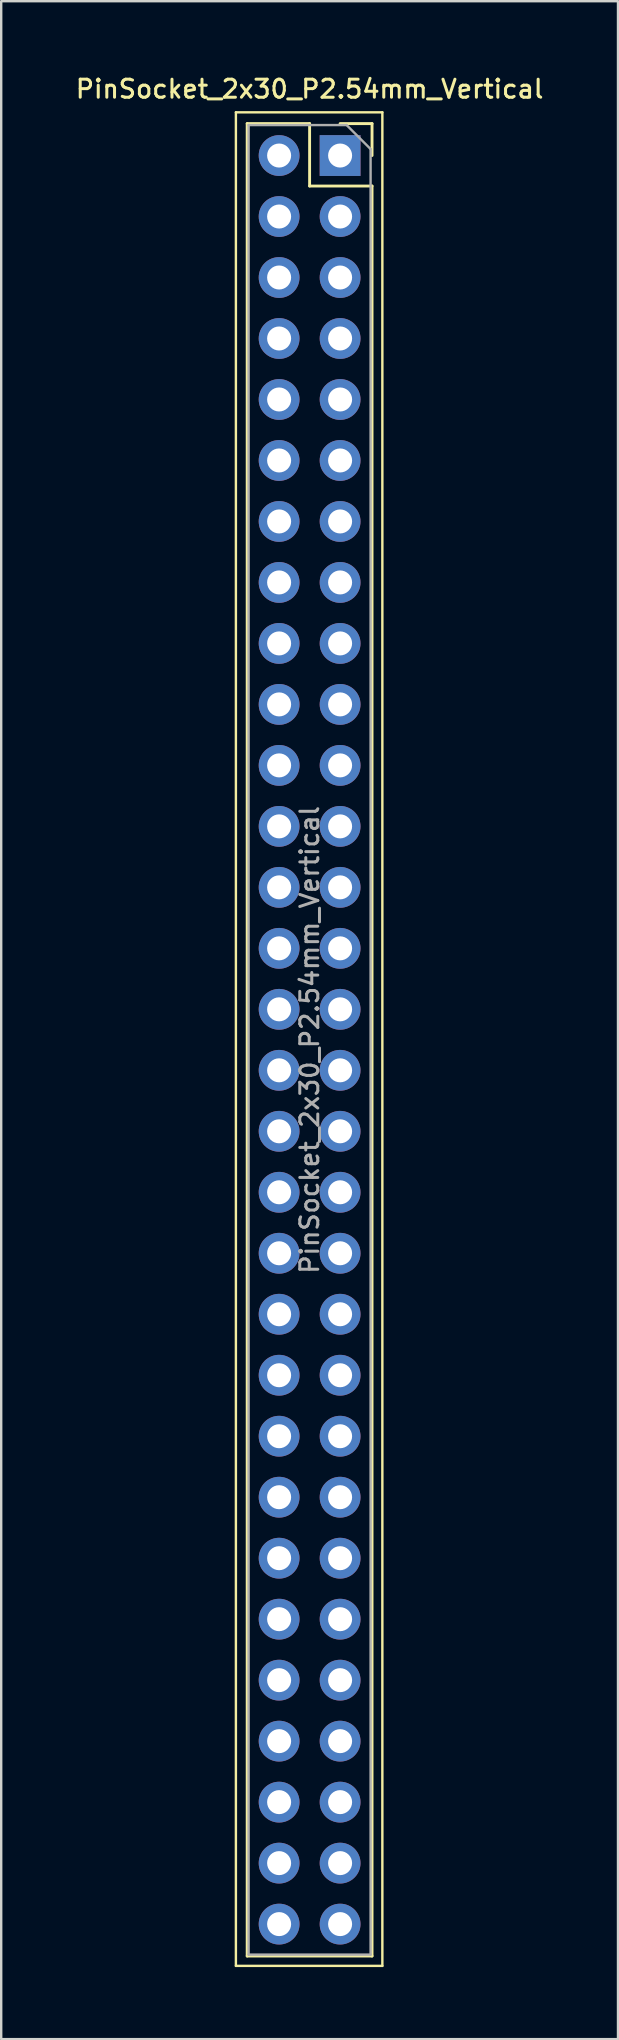
<source format=kicad_pcb>
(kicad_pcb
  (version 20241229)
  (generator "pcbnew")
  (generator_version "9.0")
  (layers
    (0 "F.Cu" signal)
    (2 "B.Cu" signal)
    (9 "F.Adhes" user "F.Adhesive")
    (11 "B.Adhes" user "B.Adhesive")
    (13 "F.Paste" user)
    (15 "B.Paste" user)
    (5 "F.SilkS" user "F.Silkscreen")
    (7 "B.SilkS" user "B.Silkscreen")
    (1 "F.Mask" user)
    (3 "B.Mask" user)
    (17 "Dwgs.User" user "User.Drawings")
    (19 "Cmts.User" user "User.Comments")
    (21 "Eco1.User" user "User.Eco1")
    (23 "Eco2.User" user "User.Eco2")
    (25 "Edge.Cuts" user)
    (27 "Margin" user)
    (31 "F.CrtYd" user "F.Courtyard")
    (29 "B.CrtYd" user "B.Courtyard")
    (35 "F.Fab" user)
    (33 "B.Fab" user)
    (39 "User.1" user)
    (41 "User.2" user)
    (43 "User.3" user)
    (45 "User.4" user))
  (footprint "PinSocket_2x30_P2.54mm_Vertical"
    (layer "F.Cu")
    (at 11.115 3.428)
    (property "Reference" "PinSocket_2x30_P2.54mm_Vertical" (at -1.27 -2.77 0) (layer "F.SilkS") (effects (font (size 0.75 0.75) (thickness 0.125))))
    (attr through_hole)
    (fp_line (start -4.34 -1.8) (end 1.76 -1.8) (stroke (width 0.1) (type solid)) (layer "F.SilkS"))
    (fp_line (start -4.34 75.4) (end -4.34 -1.8) (stroke (width 0.1) (type solid)) (layer "F.SilkS"))
    (fp_line (start -3.87 -1.33) (end -3.87 74.99) (stroke (width 0.12) (type solid)) (layer "F.SilkS"))
    (fp_line (start -3.87 -1.33) (end -1.27 -1.33) (stroke (width 0.12) (type solid)) (layer "F.SilkS"))
    (fp_line (start -3.87 74.99) (end 1.33 74.99) (stroke (width 0.12) (type solid)) (layer "F.SilkS"))
    (fp_line (start -1.27 -1.33) (end -1.27 1.27) (stroke (width 0.12) (type solid)) (layer "F.SilkS"))
    (fp_line (start -1.27 1.27) (end 1.33 1.27) (stroke (width 0.12) (type solid)) (layer "F.SilkS"))
    (fp_line (start 0 -1.33) (end 1.33 -1.33) (stroke (width 0.12) (type solid)) (layer "F.SilkS"))
    (fp_line (start 1.33 -1.33) (end 1.33 0) (stroke (width 0.12) (type solid)) (layer "F.SilkS"))
    (fp_line (start 1.33 1.27) (end 1.33 74.99) (stroke (width 0.12) (type solid)) (layer "F.SilkS"))
    (fp_line (start 1.76 -1.8) (end 1.76 75.4) (stroke (width 0.1) (type solid)) (layer "F.SilkS"))
    (fp_line (start 1.76 75.4) (end -4.34 75.4) (stroke (width 0.1) (type solid)) (layer "F.SilkS"))
    (fp_line (start -3.81 -1.27) (end 0.27 -1.27) (stroke (width 0.1) (type solid)) (layer "F.Fab"))
    (fp_line (start -3.81 74.93) (end -3.81 -1.27) (stroke (width 0.1) (type solid)) (layer "F.Fab"))
    (fp_line (start 0.27 -1.27) (end 1.27 -0.27) (stroke (width 0.1) (type solid)) (layer "F.Fab"))
    (fp_line (start 1.27 -0.27) (end 1.27 74.93) (stroke (width 0.1) (type solid)) (layer "F.Fab"))
    (fp_line (start 1.27 74.93) (end -3.81 74.93) (stroke (width 0.1) (type solid)) (layer "F.Fab"))
    (fp_text user "${REFERENCE}" (at -1.27 36.83 90) (layer "F.Fab") (effects (font (size 0.75 0.75) (thickness 0.125))))
    (pad "1" thru_hole rect (at 0 0) (size 1.7 1.7) (drill 1) (layers "*.Cu" "*.Mask"))
    (pad "2" thru_hole oval (at -2.54 0) (size 1.7 1.7) (drill 1) (layers "*.Cu" "*.Mask"))
    (pad "3" thru_hole oval (at 0 2.54) (size 1.7 1.7) (drill 1) (layers "*.Cu" "*.Mask"))
    (pad "4" thru_hole oval (at -2.54 2.54) (size 1.7 1.7) (drill 1) (layers "*.Cu" "*.Mask"))
    (pad "5" thru_hole oval (at 0 5.08) (size 1.7 1.7) (drill 1) (layers "*.Cu" "*.Mask"))
    (pad "6" thru_hole oval (at -2.54 5.08) (size 1.7 1.7) (drill 1) (layers "*.Cu" "*.Mask"))
    (pad "7" thru_hole oval (at 0 7.62) (size 1.7 1.7) (drill 1) (layers "*.Cu" "*.Mask"))
    (pad "8" thru_hole oval (at -2.54 7.62) (size 1.7 1.7) (drill 1) (layers "*.Cu" "*.Mask"))
    (pad "9" thru_hole oval (at 0 10.16) (size 1.7 1.7) (drill 1) (layers "*.Cu" "*.Mask"))
    (pad "10" thru_hole oval (at -2.54 10.16) (size 1.7 1.7) (drill 1) (layers "*.Cu" "*.Mask"))
    (pad "11" thru_hole oval (at 0 12.7) (size 1.7 1.7) (drill 1) (layers "*.Cu" "*.Mask"))
    (pad "12" thru_hole oval (at -2.54 12.7) (size 1.7 1.7) (drill 1) (layers "*.Cu" "*.Mask"))
    (pad "13" thru_hole oval (at 0 15.24) (size 1.7 1.7) (drill 1) (layers "*.Cu" "*.Mask"))
    (pad "14" thru_hole oval (at -2.54 15.24) (size 1.7 1.7) (drill 1) (layers "*.Cu" "*.Mask"))
    (pad "15" thru_hole oval (at 0 17.78) (size 1.7 1.7) (drill 1) (layers "*.Cu" "*.Mask"))
    (pad "16" thru_hole oval (at -2.54 17.78) (size 1.7 1.7) (drill 1) (layers "*.Cu" "*.Mask"))
    (pad "17" thru_hole oval (at 0 20.32) (size 1.7 1.7) (drill 1) (layers "*.Cu" "*.Mask"))
    (pad "18" thru_hole oval (at -2.54 20.32) (size 1.7 1.7) (drill 1) (layers "*.Cu" "*.Mask"))
    (pad "19" thru_hole oval (at 0 22.86) (size 1.7 1.7) (drill 1) (layers "*.Cu" "*.Mask"))
    (pad "20" thru_hole oval (at -2.54 22.86) (size 1.7 1.7) (drill 1) (layers "*.Cu" "*.Mask"))
    (pad "21" thru_hole oval (at 0 25.4) (size 1.7 1.7) (drill 1) (layers "*.Cu" "*.Mask"))
    (pad "22" thru_hole oval (at -2.54 25.4) (size 1.7 1.7) (drill 1) (layers "*.Cu" "*.Mask"))
    (pad "23" thru_hole oval (at 0 27.94) (size 1.7 1.7) (drill 1) (layers "*.Cu" "*.Mask"))
    (pad "24" thru_hole oval (at -2.54 27.94) (size 1.7 1.7) (drill 1) (layers "*.Cu" "*.Mask"))
    (pad "25" thru_hole oval (at 0 30.48) (size 1.7 1.7) (drill 1) (layers "*.Cu" "*.Mask"))
    (pad "26" thru_hole oval (at -2.54 30.48) (size 1.7 1.7) (drill 1) (layers "*.Cu" "*.Mask"))
    (pad "27" thru_hole oval (at 0 33.02) (size 1.7 1.7) (drill 1) (layers "*.Cu" "*.Mask"))
    (pad "28" thru_hole oval (at -2.54 33.02) (size 1.7 1.7) (drill 1) (layers "*.Cu" "*.Mask"))
    (pad "29" thru_hole oval (at 0 35.56) (size 1.7 1.7) (drill 1) (layers "*.Cu" "*.Mask"))
    (pad "30" thru_hole oval (at -2.54 35.56) (size 1.7 1.7) (drill 1) (layers "*.Cu" "*.Mask"))
    (pad "31" thru_hole oval (at 0 38.1) (size 1.7 1.7) (drill 1) (layers "*.Cu" "*.Mask"))
    (pad "32" thru_hole oval (at -2.54 38.1) (size 1.7 1.7) (drill 1) (layers "*.Cu" "*.Mask"))
    (pad "33" thru_hole oval (at 0 40.64) (size 1.7 1.7) (drill 1) (layers "*.Cu" "*.Mask"))
    (pad "34" thru_hole oval (at -2.54 40.64) (size 1.7 1.7) (drill 1) (layers "*.Cu" "*.Mask"))
    (pad "35" thru_hole oval (at 0 43.18) (size 1.7 1.7) (drill 1) (layers "*.Cu" "*.Mask"))
    (pad "36" thru_hole oval (at -2.54 43.18) (size 1.7 1.7) (drill 1) (layers "*.Cu" "*.Mask"))
    (pad "37" thru_hole oval (at 0 45.72) (size 1.7 1.7) (drill 1) (layers "*.Cu" "*.Mask"))
    (pad "38" thru_hole oval (at -2.54 45.72) (size 1.7 1.7) (drill 1) (layers "*.Cu" "*.Mask"))
    (pad "39" thru_hole oval (at 0 48.26) (size 1.7 1.7) (drill 1) (layers "*.Cu" "*.Mask"))
    (pad "40" thru_hole oval (at -2.54 48.26) (size 1.7 1.7) (drill 1) (layers "*.Cu" "*.Mask"))
    (pad "41" thru_hole oval (at 0 50.8) (size 1.7 1.7) (drill 1) (layers "*.Cu" "*.Mask"))
    (pad "42" thru_hole oval (at -2.54 50.8) (size 1.7 1.7) (drill 1) (layers "*.Cu" "*.Mask"))
    (pad "43" thru_hole oval (at 0 53.34) (size 1.7 1.7) (drill 1) (layers "*.Cu" "*.Mask"))
    (pad "44" thru_hole oval (at -2.54 53.34) (size 1.7 1.7) (drill 1) (layers "*.Cu" "*.Mask"))
    (pad "45" thru_hole oval (at 0 55.88) (size 1.7 1.7) (drill 1) (layers "*.Cu" "*.Mask"))
    (pad "46" thru_hole oval (at -2.54 55.88) (size 1.7 1.7) (drill 1) (layers "*.Cu" "*.Mask"))
    (pad "47" thru_hole oval (at 0 58.42) (size 1.7 1.7) (drill 1) (layers "*.Cu" "*.Mask"))
    (pad "48" thru_hole oval (at -2.54 58.42) (size 1.7 1.7) (drill 1) (layers "*.Cu" "*.Mask"))
    (pad "49" thru_hole oval (at 0 60.96) (size 1.7 1.7) (drill 1) (layers "*.Cu" "*.Mask"))
    (pad "50" thru_hole oval (at -2.54 60.96) (size 1.7 1.7) (drill 1) (layers "*.Cu" "*.Mask"))
    (pad "51" thru_hole oval (at 0 63.5) (size 1.7 1.7) (drill 1) (layers "*.Cu" "*.Mask"))
    (pad "52" thru_hole oval (at -2.54 63.5) (size 1.7 1.7) (drill 1) (layers "*.Cu" "*.Mask"))
    (pad "53" thru_hole oval (at 0 66.04) (size 1.7 1.7) (drill 1) (layers "*.Cu" "*.Mask"))
    (pad "54" thru_hole oval (at -2.54 66.04) (size 1.7 1.7) (drill 1) (layers "*.Cu" "*.Mask"))
    (pad "55" thru_hole oval (at 0 68.58) (size 1.7 1.7) (drill 1) (layers "*.Cu" "*.Mask"))
    (pad "56" thru_hole oval (at -2.54 68.58) (size 1.7 1.7) (drill 1) (layers "*.Cu" "*.Mask"))
    (pad "57" thru_hole oval (at 0 71.12) (size 1.7 1.7) (drill 1) (layers "*.Cu" "*.Mask"))
    (pad "58" thru_hole oval (at -2.54 71.12) (size 1.7 1.7) (drill 1) (layers "*.Cu" "*.Mask"))
    (pad "59" thru_hole oval (at 0 73.66) (size 1.7 1.7) (drill 1) (layers "*.Cu" "*.Mask"))
    (pad "60" thru_hole oval (at -2.54 73.66) (size 1.7 1.7) (drill 1) (layers "*.Cu" "*.Mask")))
  (gr_rect
    (start -3 -3)
    (end 22.689 81.878)
    (stroke (width 0.1) (type default))
    (fill no)
    (layer "Edge.Cuts")))
</source>
